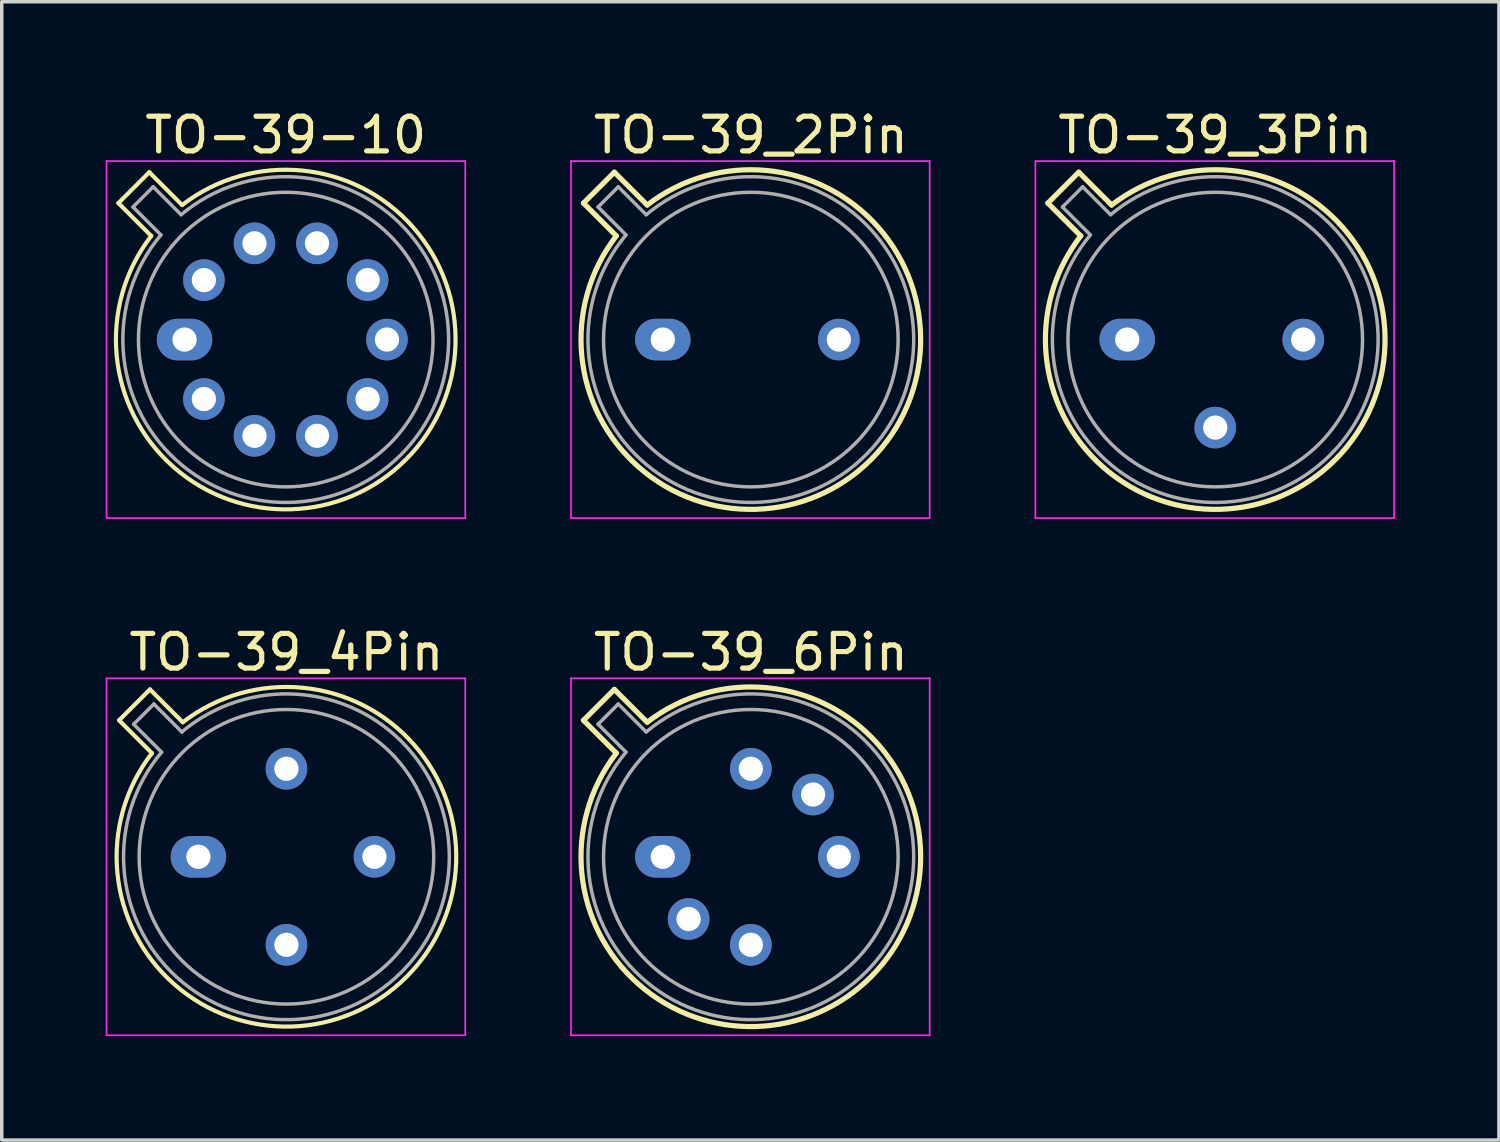
<source format=kicad_pcb>
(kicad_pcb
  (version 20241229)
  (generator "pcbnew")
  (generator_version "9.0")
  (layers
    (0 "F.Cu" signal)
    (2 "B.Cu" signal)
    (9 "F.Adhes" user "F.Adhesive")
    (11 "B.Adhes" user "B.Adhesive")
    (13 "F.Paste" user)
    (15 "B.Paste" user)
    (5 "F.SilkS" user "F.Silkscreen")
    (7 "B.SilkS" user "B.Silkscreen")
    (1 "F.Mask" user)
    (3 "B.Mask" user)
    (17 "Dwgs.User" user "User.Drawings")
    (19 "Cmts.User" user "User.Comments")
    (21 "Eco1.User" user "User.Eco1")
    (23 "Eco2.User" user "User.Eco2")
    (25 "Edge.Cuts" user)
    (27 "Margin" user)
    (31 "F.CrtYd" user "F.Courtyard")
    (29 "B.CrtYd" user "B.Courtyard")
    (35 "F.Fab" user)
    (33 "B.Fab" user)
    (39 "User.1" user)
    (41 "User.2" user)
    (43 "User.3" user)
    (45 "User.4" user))
  (footprint "TO-39_3Pin"
    (layer "F.Cu")
    (at 29.475 6.748)
    (property "Reference" "TO-39_3Pin" (at 2.54 -5.9 0) (layer "F.SilkS") (effects (font (size 1 1) (thickness 0.15))))
    (attr through_hole)
    (fp_line (start -2.289 -3.938) (end -1.342 -2.991) (stroke (width 0.15) (type solid)) (layer "F.SilkS"))
    (fp_line (start -1.398 -4.829) (end -2.289 -3.938) (stroke (width 0.15) (type solid)) (layer "F.SilkS"))
    (fp_line (start -0.451 -3.882) (end -1.398 -4.829) (stroke (width 0.15) (type solid)) (layer "F.SilkS"))
    (fp_arc (start -0.450589 -3.881543) (mid 6.004823 3.464823) (end -1.341543 -2.990588) (stroke (width 0.15) (type solid)) (layer "F.SilkS"))
    (fp_line (start -2.65 -5.15) (end -2.65 5.15) (stroke (width 0.05) (type solid)) (layer "F.CrtYd"))
    (fp_line (start -2.65 5.15) (end 7.7 5.15) (stroke (width 0.05) (type solid)) (layer "F.CrtYd"))
    (fp_line (start 7.7 -5.15) (end -2.65 -5.15) (stroke (width 0.05) (type solid)) (layer "F.CrtYd"))
    (fp_line (start 7.7 5.15) (end 7.7 -5.15) (stroke (width 0.05) (type solid)) (layer "F.CrtYd"))
    (fp_line (start -1.868 -3.825) (end -1.062 -3.019) (stroke (width 0.1) (type solid)) (layer "F.Fab"))
    (fp_line (start -1.285 -4.408) (end -1.868 -3.825) (stroke (width 0.1) (type solid)) (layer "F.Fab"))
    (fp_line (start -0.479 -3.602) (end -1.285 -4.408) (stroke (width 0.1) (type solid)) (layer "F.Fab"))
    (fp_arc (start -0.478935 -3.602226) (mid 5.863402 3.323402) (end -1.062226 -3.018935) (stroke (width 0.1) (type solid)) (layer "F.Fab"))
    (fp_circle (center 2.54 0) (end 6.79 0) (stroke (width 0.1) (type solid)) (fill no) (layer "F.Fab"))
    (pad "1" thru_hole oval (at 0 0) (size 1.6 1.2) (drill 0.7) (layers "*.Cu" "*.Mask"))
    (pad "2" thru_hole oval (at 2.54 2.54) (size 1.2 1.2) (drill 0.7) (layers "*.Cu" "*.Mask"))
    (pad "3" thru_hole oval (at 5.08 0) (size 1.2 1.2) (drill 0.7) (layers "*.Cu" "*.Mask")))
  (footprint "TO-39_2Pin"
    (layer "F.Cu")
    (at 16.075 6.748)
    (property "Reference" "TO-39_2Pin" (at 2.54 -5.9 0) (layer "F.SilkS") (effects (font (size 1 1) (thickness 0.15))))
    (attr through_hole)
    (fp_line (start -2.289 -3.938) (end -1.342 -2.991) (stroke (width 0.15) (type solid)) (layer "F.SilkS"))
    (fp_line (start -1.398 -4.829) (end -2.289 -3.938) (stroke (width 0.15) (type solid)) (layer "F.SilkS"))
    (fp_line (start -0.451 -3.882) (end -1.398 -4.829) (stroke (width 0.15) (type solid)) (layer "F.SilkS"))
    (fp_arc (start -0.450589 -3.881543) (mid 6.004823 3.464823) (end -1.341543 -2.990588) (stroke (width 0.15) (type solid)) (layer "F.SilkS"))
    (fp_line (start -2.65 -5.15) (end -2.65 5.15) (stroke (width 0.05) (type solid)) (layer "F.CrtYd"))
    (fp_line (start -2.65 5.15) (end 7.7 5.15) (stroke (width 0.05) (type solid)) (layer "F.CrtYd"))
    (fp_line (start 7.7 -5.15) (end -2.65 -5.15) (stroke (width 0.05) (type solid)) (layer "F.CrtYd"))
    (fp_line (start 7.7 5.15) (end 7.7 -5.15) (stroke (width 0.05) (type solid)) (layer "F.CrtYd"))
    (fp_line (start -1.868 -3.825) (end -1.062 -3.019) (stroke (width 0.1) (type solid)) (layer "F.Fab"))
    (fp_line (start -1.285 -4.408) (end -1.868 -3.825) (stroke (width 0.1) (type solid)) (layer "F.Fab"))
    (fp_line (start -0.479 -3.602) (end -1.285 -4.408) (stroke (width 0.1) (type solid)) (layer "F.Fab"))
    (fp_arc (start -0.478935 -3.602226) (mid 5.863402 3.323402) (end -1.062226 -3.018935) (stroke (width 0.1) (type solid)) (layer "F.Fab"))
    (fp_circle (center 2.54 0) (end 6.79 0) (stroke (width 0.1) (type solid)) (fill no) (layer "F.Fab"))
    (pad "1" thru_hole oval (at 0 0) (size 1.6 1.2) (drill 0.7) (layers "*.Cu" "*.Mask"))
    (pad "2" thru_hole oval (at 5.08 0) (size 1.2 1.2) (drill 0.7) (layers "*.Cu" "*.Mask")))
  (footprint "TO-39-10"
    (layer "F.Cu")
    (at 2.275 6.748)
    (property "Reference" "TO-39-10" (at 2.92 -5.9 0) (layer "F.SilkS") (effects (font (size 1 1) (thickness 0.15))))
    (attr through_hole)
    (fp_line (start -1.909 -3.938) (end -0.962 -2.991) (stroke (width 0.12) (type solid)) (layer "F.SilkS"))
    (fp_line (start -1.018 -4.829) (end -1.909 -3.938) (stroke (width 0.12) (type solid)) (layer "F.SilkS"))
    (fp_line (start -0.071 -3.882) (end -1.018 -4.829) (stroke (width 0.12) (type solid)) (layer "F.SilkS"))
    (fp_arc (start -0.070589 -3.881543) (mid 6.385607 3.46404) (end -0.962895 -2.988833) (stroke (width 0.12) (type solid)) (layer "F.SilkS"))
    (fp_line (start -2.25 -5.15) (end -2.25 5.15) (stroke (width 0.05) (type solid)) (layer "F.CrtYd"))
    (fp_line (start -2.25 5.15) (end 8.1 5.15) (stroke (width 0.05) (type solid)) (layer "F.CrtYd"))
    (fp_line (start 8.1 -5.15) (end -2.25 -5.15) (stroke (width 0.05) (type solid)) (layer "F.CrtYd"))
    (fp_line (start 8.1 5.15) (end 8.1 -5.15) (stroke (width 0.05) (type solid)) (layer "F.CrtYd"))
    (fp_line (start -1.488 -3.825) (end -0.682 -3.019) (stroke (width 0.1) (type solid)) (layer "F.Fab"))
    (fp_line (start -0.905 -4.408) (end -1.488 -3.825) (stroke (width 0.1) (type solid)) (layer "F.Fab"))
    (fp_line (start -0.099 -3.602) (end -0.905 -4.408) (stroke (width 0.1) (type solid)) (layer "F.Fab"))
    (fp_arc (start -0.098935 -3.602226) (mid 6.244303 3.322501) (end -0.683862 -3.016982) (stroke (width 0.1) (type solid)) (layer "F.Fab"))
    (fp_circle (center 2.92 0) (end 7.17 0) (stroke (width 0.1) (type solid)) (fill no) (layer "F.Fab"))
    (pad "1" thru_hole oval (at 0 0) (size 1.6 1.2) (drill 0.7) (layers "*.Cu" "*.Mask"))
    (pad "2" thru_hole oval (at 0.558 1.716) (size 1.2 1.2) (drill 0.7) (layers "*.Cu" "*.Mask"))
    (pad "3" thru_hole oval (at 2.018 2.777) (size 1.2 1.2) (drill 0.7) (layers "*.Cu" "*.Mask"))
    (pad "4" thru_hole oval (at 3.822 2.777) (size 1.2 1.2) (drill 0.7) (layers "*.Cu" "*.Mask"))
    (pad "5" thru_hole oval (at 5.282 1.716) (size 1.2 1.2) (drill 0.7) (layers "*.Cu" "*.Mask"))
    (pad "6" thru_hole oval (at 5.84 0) (size 1.2 1.2) (drill 0.7) (layers "*.Cu" "*.Mask"))
    (pad "7" thru_hole oval (at 5.282 -1.716) (size 1.2 1.2) (drill 0.7) (layers "*.Cu" "*.Mask"))
    (pad "8" thru_hole oval (at 3.822 -2.777) (size 1.2 1.2) (drill 0.7) (layers "*.Cu" "*.Mask"))
    (pad "9" thru_hole oval (at 2.018 -2.777) (size 1.2 1.2) (drill 0.7) (layers "*.Cu" "*.Mask"))
    (pad "10" thru_hole oval (at 0.558 -1.716) (size 1.2 1.2) (drill 0.7) (layers "*.Cu" "*.Mask")))
  (footprint "TO-39_4Pin"
    (layer "F.Cu")
    (at 2.675 21.672)
    (property "Reference" "TO-39_4Pin" (at 2.54 -5.9 0) (layer "F.SilkS") (effects (font (size 1 1) (thickness 0.15))))
    (attr through_hole)
    (fp_line (start -2.289 -3.938) (end -1.342 -2.991) (stroke (width 0.12) (type solid)) (layer "F.SilkS"))
    (fp_line (start -1.398 -4.829) (end -2.289 -3.938) (stroke (width 0.12) (type solid)) (layer "F.SilkS"))
    (fp_line (start -0.451 -3.882) (end -1.398 -4.829) (stroke (width 0.12) (type solid)) (layer "F.SilkS"))
    (fp_arc (start -0.450589 -3.881543) (mid 6.004823 3.464823) (end -1.341543 -2.990588) (stroke (width 0.12) (type solid)) (layer "F.SilkS"))
    (fp_line (start -2.65 -5.15) (end -2.65 5.15) (stroke (width 0.05) (type solid)) (layer "F.CrtYd"))
    (fp_line (start -2.65 5.15) (end 7.7 5.15) (stroke (width 0.05) (type solid)) (layer "F.CrtYd"))
    (fp_line (start 7.7 -5.15) (end -2.65 -5.15) (stroke (width 0.05) (type solid)) (layer "F.CrtYd"))
    (fp_line (start 7.7 5.15) (end 7.7 -5.15) (stroke (width 0.05) (type solid)) (layer "F.CrtYd"))
    (fp_line (start -1.868 -3.825) (end -1.062 -3.019) (stroke (width 0.1) (type solid)) (layer "F.Fab"))
    (fp_line (start -1.285 -4.408) (end -1.868 -3.825) (stroke (width 0.1) (type solid)) (layer "F.Fab"))
    (fp_line (start -0.479 -3.602) (end -1.285 -4.408) (stroke (width 0.1) (type solid)) (layer "F.Fab"))
    (fp_arc (start -0.478935 -3.602226) (mid 5.863402 3.323402) (end -1.062226 -3.018935) (stroke (width 0.1) (type solid)) (layer "F.Fab"))
    (fp_circle (center 2.54 0) (end 6.79 0) (stroke (width 0.1) (type solid)) (fill no) (layer "F.Fab"))
    (pad "1" thru_hole oval (at 0 0) (size 1.6 1.2) (drill 0.7) (layers "*.Cu" "*.Mask"))
    (pad "2" thru_hole oval (at 2.54 2.54) (size 1.2 1.2) (drill 0.7) (layers "*.Cu" "*.Mask"))
    (pad "3" thru_hole oval (at 5.08 0) (size 1.2 1.2) (drill 0.7) (layers "*.Cu" "*.Mask"))
    (pad "4" thru_hole oval (at 2.54 -2.54) (size 1.2 1.2) (drill 0.7) (layers "*.Cu" "*.Mask")))
  (footprint "TO-39_6Pin"
    (layer "F.Cu")
    (at 16.075 21.672)
    (property "Reference" "TO-39_6Pin" (at 2.54 -5.9 0) (layer "F.SilkS") (effects (font (size 1 1) (thickness 0.15))))
    (attr through_hole)
    (fp_line (start -2.289 -3.938) (end -1.342 -2.991) (stroke (width 0.15) (type solid)) (layer "F.SilkS"))
    (fp_line (start -1.398 -4.829) (end -2.289 -3.938) (stroke (width 0.15) (type solid)) (layer "F.SilkS"))
    (fp_line (start -0.451 -3.882) (end -1.398 -4.829) (stroke (width 0.15) (type solid)) (layer "F.SilkS"))
    (fp_arc (start -0.450589 -3.881543) (mid 6.004823 3.464823) (end -1.341543 -2.990588) (stroke (width 0.15) (type solid)) (layer "F.SilkS"))
    (fp_line (start -2.65 -5.15) (end -2.65 5.15) (stroke (width 0.05) (type solid)) (layer "F.CrtYd"))
    (fp_line (start -2.65 5.15) (end 7.7 5.15) (stroke (width 0.05) (type solid)) (layer "F.CrtYd"))
    (fp_line (start 7.7 -5.15) (end -2.65 -5.15) (stroke (width 0.05) (type solid)) (layer "F.CrtYd"))
    (fp_line (start 7.7 5.15) (end 7.7 -5.15) (stroke (width 0.05) (type solid)) (layer "F.CrtYd"))
    (fp_line (start -1.868 -3.825) (end -1.062 -3.019) (stroke (width 0.1) (type solid)) (layer "F.Fab"))
    (fp_line (start -1.285 -4.408) (end -1.868 -3.825) (stroke (width 0.1) (type solid)) (layer "F.Fab"))
    (fp_line (start -0.479 -3.602) (end -1.285 -4.408) (stroke (width 0.1) (type solid)) (layer "F.Fab"))
    (fp_arc (start -0.478935 -3.602226) (mid 5.863402 3.323402) (end -1.062226 -3.018935) (stroke (width 0.1) (type solid)) (layer "F.Fab"))
    (fp_circle (center 2.54 0) (end 6.79 0) (stroke (width 0.1) (type solid)) (fill no) (layer "F.Fab"))
    (pad "1" thru_hole oval (at 0 0) (size 1.6 1.2) (drill 0.7) (layers "*.Cu" "*.Mask"))
    (pad "2" thru_hole oval (at 0.744 1.796) (size 1.2 1.2) (drill 0.7) (layers "*.Cu" "*.Mask"))
    (pad "3" thru_hole oval (at 2.54 2.54) (size 1.2 1.2) (drill 0.7) (layers "*.Cu" "*.Mask"))
    (pad "4" thru_hole oval (at 5.08 0) (size 1.2 1.2) (drill 0.7) (layers "*.Cu" "*.Mask"))
    (pad "5" thru_hole oval (at 4.336 -1.796) (size 1.2 1.2) (drill 0.7) (layers "*.Cu" "*.Mask"))
    (pad "6" thru_hole oval (at 2.54 -2.54) (size 1.2 1.2) (drill 0.7) (layers "*.Cu" "*.Mask")))
  (gr_rect
    (start -3 -3)
    (end 40.2 29.846)
    (stroke (width 0.1) (type default))
    (fill no)
    (layer "Edge.Cuts")))
</source>
